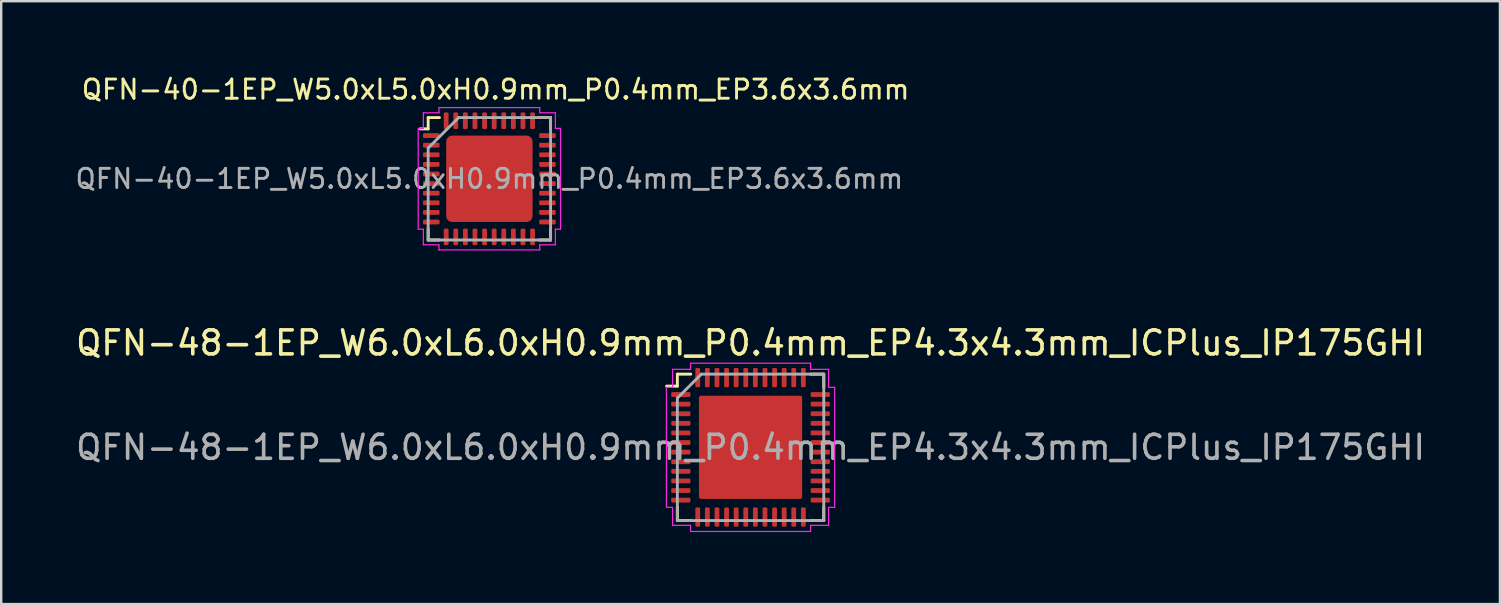
<source format=kicad_pcb>
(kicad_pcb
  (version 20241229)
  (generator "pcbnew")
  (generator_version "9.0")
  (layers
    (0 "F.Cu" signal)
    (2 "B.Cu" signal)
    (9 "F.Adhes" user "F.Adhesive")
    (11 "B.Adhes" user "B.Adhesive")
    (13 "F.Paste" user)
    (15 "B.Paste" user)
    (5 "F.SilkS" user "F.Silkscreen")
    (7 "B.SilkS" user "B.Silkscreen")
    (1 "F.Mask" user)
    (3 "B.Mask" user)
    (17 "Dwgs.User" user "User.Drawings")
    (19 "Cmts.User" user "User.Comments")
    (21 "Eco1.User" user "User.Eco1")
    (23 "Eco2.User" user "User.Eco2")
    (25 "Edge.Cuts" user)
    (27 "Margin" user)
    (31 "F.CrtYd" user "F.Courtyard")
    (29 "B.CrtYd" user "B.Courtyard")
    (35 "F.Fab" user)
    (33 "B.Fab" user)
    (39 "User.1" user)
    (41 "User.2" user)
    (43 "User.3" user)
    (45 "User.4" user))
  (footprint "QFN-48-1EP_W6.0xL6.0xH0.9mm_P0.4mm_EP4.3x4.3mm_ICPlus_IP175GHI"
    (layer "F.Cu")
    (at 28.22 15.587)
    (property "Reference" "QFN-48-1EP_W6.0xL6.0xH0.9mm_P0.4mm_EP4.3x4.3mm_ICPlus_IP175GHI" (at 0 -4.35 0) (layer "F.SilkS") (effects (font (size 1 1) (thickness 0.15))))
    (attr smd)
    (fp_line (start -3.05 -3.05) (end -2.49 -3.05) (stroke (width 0.12) (type solid)) (layer "F.SilkS"))
    (fp_line (start -3.05 -2.55) (end -3.5 -2.55) (stroke (width 0.12) (type solid)) (layer "F.SilkS"))
    (fp_line (start -3.05 -2.55) (end -3.05 -3.05) (stroke (width 0.12) (type solid)) (layer "F.SilkS"))
    (fp_line (start -3.05 2.49) (end -3.05 3.05) (stroke (width 0.12) (type solid)) (layer "F.SilkS"))
    (fp_line (start -3.05 3.05) (end -2.49 3.05) (stroke (width 0.12) (type solid)) (layer "F.SilkS"))
    (fp_line (start 3.05 -3.05) (end 2.49 -3.05) (stroke (width 0.12) (type solid)) (layer "F.SilkS"))
    (fp_line (start 3.05 -2.49) (end 3.05 -3.05) (stroke (width 0.12) (type solid)) (layer "F.SilkS"))
    (fp_line (start 3.05 2.49) (end 3.05 3.05) (stroke (width 0.12) (type solid)) (layer "F.SilkS"))
    (fp_line (start 3.05 3.05) (end 2.49 3.05) (stroke (width 0.12) (type solid)) (layer "F.SilkS"))
    (fp_line (start -3.505 -2.5) (end -3.505 2.5) (stroke (width 0.05) (type solid)) (layer "F.CrtYd"))
    (fp_line (start -3.505 2.5) (end -3.25 2.5) (stroke (width 0.05) (type solid)) (layer "F.CrtYd"))
    (fp_line (start -3.25 -3.25) (end -3.25 -2.51) (stroke (width 0.05) (type solid)) (layer "F.CrtYd"))
    (fp_line (start -3.25 -2.5) (end -3.505 -2.5) (stroke (width 0.05) (type solid)) (layer "F.CrtYd"))
    (fp_line (start -3.25 2.51) (end -3.25 3.25) (stroke (width 0.05) (type solid)) (layer "F.CrtYd"))
    (fp_line (start -3.25 3.25) (end -2.51 3.25) (stroke (width 0.05) (type solid)) (layer "F.CrtYd"))
    (fp_line (start -2.51 -3.25) (end -3.25 -3.25) (stroke (width 0.05) (type solid)) (layer "F.CrtYd"))
    (fp_line (start -2.5 -3.505) (end -2.5 -3.25) (stroke (width 0.05) (type solid)) (layer "F.CrtYd"))
    (fp_line (start -2.5 3.25) (end -2.5 3.505) (stroke (width 0.05) (type solid)) (layer "F.CrtYd"))
    (fp_line (start -2.5 3.505) (end 2.5 3.505) (stroke (width 0.05) (type solid)) (layer "F.CrtYd"))
    (fp_line (start 2.5 -3.505) (end -2.5 -3.505) (stroke (width 0.05) (type solid)) (layer "F.CrtYd"))
    (fp_line (start 2.5 -3.25) (end 2.5 -3.505) (stroke (width 0.05) (type solid)) (layer "F.CrtYd"))
    (fp_line (start 2.5 3.505) (end 2.5 3.25) (stroke (width 0.05) (type solid)) (layer "F.CrtYd"))
    (fp_line (start 2.51 3.25) (end 3.25 3.25) (stroke (width 0.05) (type solid)) (layer "F.CrtYd"))
    (fp_line (start 3.25 -3.25) (end 2.51 -3.25) (stroke (width 0.05) (type solid)) (layer "F.CrtYd"))
    (fp_line (start 3.25 -2.51) (end 3.25 -3.25) (stroke (width 0.05) (type solid)) (layer "F.CrtYd"))
    (fp_line (start 3.25 2.5) (end 3.505 2.5) (stroke (width 0.05) (type solid)) (layer "F.CrtYd"))
    (fp_line (start 3.25 3.25) (end 3.25 2.51) (stroke (width 0.05) (type solid)) (layer "F.CrtYd"))
    (fp_line (start 3.505 -2.5) (end 3.25 -2.5) (stroke (width 0.05) (type solid)) (layer "F.CrtYd"))
    (fp_line (start 3.505 2.5) (end 3.505 -2.5) (stroke (width 0.05) (type solid)) (layer "F.CrtYd"))
    (fp_line (start -3.05 -2.05) (end -2.05 -3.05) (stroke (width 0.12) (type solid)) (layer "F.Fab"))
    (fp_line (start -3.05 3.05) (end -3.05 -2.05) (stroke (width 0.12) (type solid)) (layer "F.Fab"))
    (fp_line (start -2.05 -3.05) (end 3.05 -3.05) (stroke (width 0.12) (type solid)) (layer "F.Fab"))
    (fp_line (start 3.05 -3.05) (end 3.05 3.05) (stroke (width 0.12) (type solid)) (layer "F.Fab"))
    (fp_line (start 3.05 3.05) (end -3.05 3.05) (stroke (width 0.12) (type solid)) (layer "F.Fab"))
    (fp_text user "${REFERENCE}" (at 0 0 0) (layer "F.Fab") (effects (font (size 1 1) (thickness 0.15))))
    (pad "" smd roundrect (at -1.075 -1.075) (size 1.734 1.734) (layers "F.Paste") (roundrect_rratio 0.1))
    (pad "" smd roundrect (at -1.075 1.075) (size 1.734 1.734) (layers "F.Paste") (roundrect_rratio 0.1))
    (pad "" smd roundrect (at 1.075 -1.075) (size 1.734 1.734) (layers "F.Paste") (roundrect_rratio 0.1))
    (pad "" smd roundrect (at 1.075 1.075) (size 1.734 1.734) (layers "F.Paste") (roundrect_rratio 0.1))
    (pad "1" smd roundrect (at -2.905 -2.2) (size 0.8 0.2) (layers "F.Cu" "F.Mask" "F.Paste") (roundrect_rratio 0.25))
    (pad "2" smd roundrect (at -2.905 -1.8) (size 0.8 0.2) (layers "F.Cu" "F.Mask" "F.Paste") (roundrect_rratio 0.25))
    (pad "3" smd roundrect (at -2.905 -1.4) (size 0.8 0.2) (layers "F.Cu" "F.Mask" "F.Paste") (roundrect_rratio 0.25))
    (pad "4" smd roundrect (at -2.905 -1) (size 0.8 0.2) (layers "F.Cu" "F.Mask" "F.Paste") (roundrect_rratio 0.25))
    (pad "5" smd roundrect (at -2.905 -0.6) (size 0.8 0.2) (layers "F.Cu" "F.Mask" "F.Paste") (roundrect_rratio 0.25))
    (pad "6" smd roundrect (at -2.905 -0.2) (size 0.8 0.2) (layers "F.Cu" "F.Mask" "F.Paste") (roundrect_rratio 0.25))
    (pad "7" smd roundrect (at -2.905 0.2) (size 0.8 0.2) (layers "F.Cu" "F.Mask" "F.Paste") (roundrect_rratio 0.25))
    (pad "8" smd roundrect (at -2.905 0.6) (size 0.8 0.2) (layers "F.Cu" "F.Mask" "F.Paste") (roundrect_rratio 0.25))
    (pad "9" smd roundrect (at -2.905 1) (size 0.8 0.2) (layers "F.Cu" "F.Mask" "F.Paste") (roundrect_rratio 0.25))
    (pad "10" smd roundrect (at -2.905 1.4) (size 0.8 0.2) (layers "F.Cu" "F.Mask" "F.Paste") (roundrect_rratio 0.25))
    (pad "11" smd roundrect (at -2.905 1.8) (size 0.8 0.2) (layers "F.Cu" "F.Mask" "F.Paste") (roundrect_rratio 0.25))
    (pad "12" smd roundrect (at -2.905 2.2) (size 0.8 0.2) (layers "F.Cu" "F.Mask" "F.Paste") (roundrect_rratio 0.25))
    (pad "13" smd roundrect (at -2.2 2.905 90) (size 0.8 0.2) (layers "F.Cu" "F.Mask" "F.Paste") (roundrect_rratio 0.25))
    (pad "14" smd roundrect (at -1.8 2.905 90) (size 0.8 0.2) (layers "F.Cu" "F.Mask" "F.Paste") (roundrect_rratio 0.25))
    (pad "15" smd roundrect (at -1.4 2.905 90) (size 0.8 0.2) (layers "F.Cu" "F.Mask" "F.Paste") (roundrect_rratio 0.25))
    (pad "16" smd roundrect (at -1 2.905 90) (size 0.8 0.2) (layers "F.Cu" "F.Mask" "F.Paste") (roundrect_rratio 0.25))
    (pad "17" smd roundrect (at -0.6 2.905 90) (size 0.8 0.2) (layers "F.Cu" "F.Mask" "F.Paste") (roundrect_rratio 0.25))
    (pad "18" smd roundrect (at -0.2 2.905 90) (size 0.8 0.2) (layers "F.Cu" "F.Mask" "F.Paste") (roundrect_rratio 0.25))
    (pad "19" smd roundrect (at 0.2 2.905 90) (size 0.8 0.2) (layers "F.Cu" "F.Mask" "F.Paste") (roundrect_rratio 0.25))
    (pad "20" smd roundrect (at 0.6 2.905 90) (size 0.8 0.2) (layers "F.Cu" "F.Mask" "F.Paste") (roundrect_rratio 0.25))
    (pad "21" smd roundrect (at 1 2.905 90) (size 0.8 0.2) (layers "F.Cu" "F.Mask" "F.Paste") (roundrect_rratio 0.25))
    (pad "22" smd roundrect (at 1.4 2.905 90) (size 0.8 0.2) (layers "F.Cu" "F.Mask" "F.Paste") (roundrect_rratio 0.25))
    (pad "23" smd roundrect (at 1.8 2.905 90) (size 0.8 0.2) (layers "F.Cu" "F.Mask" "F.Paste") (roundrect_rratio 0.25))
    (pad "24" smd roundrect (at 2.2 2.905 90) (size 0.8 0.2) (layers "F.Cu" "F.Mask" "F.Paste") (roundrect_rratio 0.25))
    (pad "25" smd roundrect (at 2.905 2.2) (size 0.8 0.2) (layers "F.Cu" "F.Mask" "F.Paste") (roundrect_rratio 0.25))
    (pad "26" smd roundrect (at 2.905 1.8) (size 0.8 0.2) (layers "F.Cu" "F.Mask" "F.Paste") (roundrect_rratio 0.25))
    (pad "27" smd roundrect (at 2.905 1.4) (size 0.8 0.2) (layers "F.Cu" "F.Mask" "F.Paste") (roundrect_rratio 0.25))
    (pad "28" smd roundrect (at 2.905 1) (size 0.8 0.2) (layers "F.Cu" "F.Mask" "F.Paste") (roundrect_rratio 0.25))
    (pad "29" smd roundrect (at 2.905 0.6) (size 0.8 0.2) (layers "F.Cu" "F.Mask" "F.Paste") (roundrect_rratio 0.25))
    (pad "30" smd roundrect (at 2.905 0.2) (size 0.8 0.2) (layers "F.Cu" "F.Mask" "F.Paste") (roundrect_rratio 0.25))
    (pad "31" smd roundrect (at 2.905 -0.2) (size 0.8 0.2) (layers "F.Cu" "F.Mask" "F.Paste") (roundrect_rratio 0.25))
    (pad "32" smd roundrect (at 2.905 -0.6) (size 0.8 0.2) (layers "F.Cu" "F.Mask" "F.Paste") (roundrect_rratio 0.25))
    (pad "33" smd roundrect (at 2.905 -1) (size 0.8 0.2) (layers "F.Cu" "F.Mask" "F.Paste") (roundrect_rratio 0.25))
    (pad "34" smd roundrect (at 2.905 -1.4) (size 0.8 0.2) (layers "F.Cu" "F.Mask" "F.Paste") (roundrect_rratio 0.25))
    (pad "35" smd roundrect (at 2.905 -1.8) (size 0.8 0.2) (layers "F.Cu" "F.Mask" "F.Paste") (roundrect_rratio 0.25))
    (pad "36" smd roundrect (at 2.905 -2.2) (size 0.8 0.2) (layers "F.Cu" "F.Mask" "F.Paste") (roundrect_rratio 0.25))
    (pad "37" smd roundrect (at 2.2 -2.905 90) (size 0.8 0.2) (layers "F.Cu" "F.Mask" "F.Paste") (roundrect_rratio 0.25))
    (pad "38" smd roundrect (at 1.8 -2.905 90) (size 0.8 0.2) (layers "F.Cu" "F.Mask" "F.Paste") (roundrect_rratio 0.25))
    (pad "39" smd roundrect (at 1.4 -2.905 90) (size 0.8 0.2) (layers "F.Cu" "F.Mask" "F.Paste") (roundrect_rratio 0.25))
    (pad "40" smd roundrect (at 1 -2.905 90) (size 0.8 0.2) (layers "F.Cu" "F.Mask" "F.Paste") (roundrect_rratio 0.25))
    (pad "41" smd roundrect (at 0.6 -2.905 90) (size 0.8 0.2) (layers "F.Cu" "F.Mask" "F.Paste") (roundrect_rratio 0.25))
    (pad "42" smd roundrect (at 0.2 -2.905 90) (size 0.8 0.2) (layers "F.Cu" "F.Mask" "F.Paste") (roundrect_rratio 0.25))
    (pad "43" smd roundrect (at -0.2 -2.905 90) (size 0.8 0.2) (layers "F.Cu" "F.Mask" "F.Paste") (roundrect_rratio 0.25))
    (pad "44" smd roundrect (at -0.6 -2.905 90) (size 0.8 0.2) (layers "F.Cu" "F.Mask" "F.Paste") (roundrect_rratio 0.25))
    (pad "45" smd roundrect (at -1 -2.905 90) (size 0.8 0.2) (layers "F.Cu" "F.Mask" "F.Paste") (roundrect_rratio 0.25))
    (pad "46" smd roundrect (at -1.4 -2.905 90) (size 0.8 0.2) (layers "F.Cu" "F.Mask" "F.Paste") (roundrect_rratio 0.25))
    (pad "47" smd roundrect (at -1.8 -2.905 90) (size 0.8 0.2) (layers "F.Cu" "F.Mask" "F.Paste") (roundrect_rratio 0.25))
    (pad "48" smd roundrect (at -2.2 -2.905 90) (size 0.8 0.2) (layers "F.Cu" "F.Mask" "F.Paste") (roundrect_rratio 0.25))
    (pad "49" smd roundrect (at 0 0) (size 4.3 4.3) (property pad_prop_heatsink) (layers "F.Cu" "F.Mask") (roundrect_rratio 0.02)))
  (footprint "QFN-40-1EP_W5.0xL5.0xH0.9mm_P0.4mm_EP3.6x3.6mm"
    (layer "F.Cu")
    (at 17.338 4.399)
    (property "Reference" "QFN-40-1EP_W5.0xL5.0xH0.9mm_P0.4mm_EP3.6x3.6mm" (at 0.26 -3.72 0) (layer "F.SilkS") (effects (font (size 0.8 0.8) (thickness 0.12))))
    (attr smd)
    (fp_line (start -2.55 -2.55) (end -2.08 -2.55) (stroke (width 0.12) (type solid)) (layer "F.SilkS"))
    (fp_line (start -2.55 -2.08) (end -2.88 -2.08) (stroke (width 0.12) (type solid)) (layer "F.SilkS"))
    (fp_line (start -2.55 -2.08) (end -2.55 -2.55) (stroke (width 0.12) (type solid)) (layer "F.SilkS"))
    (fp_line (start -2.55 2.08) (end -2.55 2.55) (stroke (width 0.12) (type solid)) (layer "F.SilkS"))
    (fp_line (start -2.55 2.55) (end -2.08 2.55) (stroke (width 0.12) (type solid)) (layer "F.SilkS"))
    (fp_line (start 2.55 -2.55) (end 2.08 -2.55) (stroke (width 0.12) (type solid)) (layer "F.SilkS"))
    (fp_line (start 2.55 -2.08) (end 2.55 -2.55) (stroke (width 0.12) (type solid)) (layer "F.SilkS"))
    (fp_line (start 2.55 2.08) (end 2.55 2.55) (stroke (width 0.12) (type solid)) (layer "F.SilkS"))
    (fp_line (start 2.55 2.55) (end 2.08 2.55) (stroke (width 0.12) (type solid)) (layer "F.SilkS"))
    (fp_line (start -2.965 -2.1) (end -2.965 2.1) (stroke (width 0.05) (type solid)) (layer "F.CrtYd"))
    (fp_line (start -2.965 2.1) (end -2.75 2.1) (stroke (width 0.05) (type solid)) (layer "F.CrtYd"))
    (fp_line (start -2.75 -2.75) (end -2.75 -2.1) (stroke (width 0.05) (type solid)) (layer "F.CrtYd"))
    (fp_line (start -2.75 -2.1) (end -2.965 -2.1) (stroke (width 0.05) (type solid)) (layer "F.CrtYd"))
    (fp_line (start -2.75 2.1) (end -2.75 2.75) (stroke (width 0.05) (type solid)) (layer "F.CrtYd"))
    (fp_line (start -2.75 2.75) (end -2.1 2.75) (stroke (width 0.05) (type solid)) (layer "F.CrtYd"))
    (fp_line (start -2.1 -2.965) (end -2.1 -2.75) (stroke (width 0.05) (type solid)) (layer "F.CrtYd"))
    (fp_line (start -2.1 -2.75) (end -2.75 -2.75) (stroke (width 0.05) (type solid)) (layer "F.CrtYd"))
    (fp_line (start -2.1 2.75) (end -2.1 2.965) (stroke (width 0.05) (type solid)) (layer "F.CrtYd"))
    (fp_line (start -2.1 2.965) (end 2.1 2.965) (stroke (width 0.05) (type solid)) (layer "F.CrtYd"))
    (fp_line (start 2.1 -2.965) (end -2.1 -2.965) (stroke (width 0.05) (type solid)) (layer "F.CrtYd"))
    (fp_line (start 2.1 -2.75) (end 2.1 -2.965) (stroke (width 0.05) (type solid)) (layer "F.CrtYd"))
    (fp_line (start 2.1 2.75) (end 2.75 2.75) (stroke (width 0.05) (type solid)) (layer "F.CrtYd"))
    (fp_line (start 2.1 2.965) (end 2.1 2.75) (stroke (width 0.05) (type solid)) (layer "F.CrtYd"))
    (fp_line (start 2.75 -2.75) (end 2.1 -2.75) (stroke (width 0.05) (type solid)) (layer "F.CrtYd"))
    (fp_line (start 2.75 -2.1) (end 2.75 -2.75) (stroke (width 0.05) (type solid)) (layer "F.CrtYd"))
    (fp_line (start 2.75 2.1) (end 2.965 2.1) (stroke (width 0.05) (type solid)) (layer "F.CrtYd"))
    (fp_line (start 2.75 2.75) (end 2.75 2.1) (stroke (width 0.05) (type solid)) (layer "F.CrtYd"))
    (fp_line (start 2.965 -2.1) (end 2.75 -2.1) (stroke (width 0.05) (type solid)) (layer "F.CrtYd"))
    (fp_line (start 2.965 2.1) (end 2.965 -2.1) (stroke (width 0.05) (type solid)) (layer "F.CrtYd"))
    (fp_line (start -2.55 -1.28) (end -1.28 -2.55) (stroke (width 0.12) (type solid)) (layer "F.Fab"))
    (fp_line (start -2.55 2.55) (end -2.55 -1.28) (stroke (width 0.12) (type solid)) (layer "F.Fab"))
    (fp_line (start -1.28 -2.55) (end 2.55 -2.55) (stroke (width 0.12) (type solid)) (layer "F.Fab"))
    (fp_line (start 2.55 -2.55) (end 2.55 2.55) (stroke (width 0.12) (type solid)) (layer "F.Fab"))
    (fp_line (start 2.55 2.55) (end -2.55 2.55) (stroke (width 0.12) (type solid)) (layer "F.Fab"))
    (fp_text user "${REFERENCE}" (at 0 0 0) (layer "F.Fab") (effects (font (size 0.8 0.8) (thickness 0.12))))
    (pad "" smd roundrect (at -0.9 -0.9) (size 1.27 1.27) (layers "F.Paste") (roundrect_rratio 0.25))
    (pad "" smd roundrect (at -0.9 0.9) (size 1.27 1.27) (layers "F.Paste") (roundrect_rratio 0.25))
    (pad "" smd roundrect (at 0.9 -0.9) (size 1.27 1.27) (layers "F.Paste") (roundrect_rratio 0.25))
    (pad "" smd roundrect (at 0.9 0.9) (size 1.27 1.27) (layers "F.Paste") (roundrect_rratio 0.25))
    (pad "1" smd roundrect (at -2.42 -1.8) (size 0.69 0.2) (layers "F.Cu" "F.Mask" "F.Paste") (roundrect_rratio 0.25))
    (pad "2" smd roundrect (at -2.42 -1.4) (size 0.69 0.2) (layers "F.Cu" "F.Mask" "F.Paste") (roundrect_rratio 0.25))
    (pad "3" smd roundrect (at -2.42 -1) (size 0.69 0.2) (layers "F.Cu" "F.Mask" "F.Paste") (roundrect_rratio 0.25))
    (pad "4" smd roundrect (at -2.42 -0.6) (size 0.69 0.2) (layers "F.Cu" "F.Mask" "F.Paste") (roundrect_rratio 0.25))
    (pad "5" smd roundrect (at -2.42 -0.2) (size 0.69 0.2) (layers "F.Cu" "F.Mask" "F.Paste") (roundrect_rratio 0.25))
    (pad "6" smd roundrect (at -2.42 0.2) (size 0.69 0.2) (layers "F.Cu" "F.Mask" "F.Paste") (roundrect_rratio 0.25))
    (pad "7" smd roundrect (at -2.42 0.6) (size 0.69 0.2) (layers "F.Cu" "F.Mask" "F.Paste") (roundrect_rratio 0.25))
    (pad "8" smd roundrect (at -2.42 1) (size 0.69 0.2) (layers "F.Cu" "F.Mask" "F.Paste") (roundrect_rratio 0.25))
    (pad "9" smd roundrect (at -2.42 1.4) (size 0.69 0.2) (layers "F.Cu" "F.Mask" "F.Paste") (roundrect_rratio 0.25))
    (pad "10" smd roundrect (at -2.42 1.8) (size 0.69 0.2) (layers "F.Cu" "F.Mask" "F.Paste") (roundrect_rratio 0.25))
    (pad "11" smd roundrect (at -1.8 2.42 90) (size 0.69 0.2) (layers "F.Cu" "F.Mask" "F.Paste") (roundrect_rratio 0.25))
    (pad "12" smd roundrect (at -1.4 2.42 90) (size 0.69 0.2) (layers "F.Cu" "F.Mask" "F.Paste") (roundrect_rratio 0.25))
    (pad "13" smd roundrect (at -1 2.42 90) (size 0.69 0.2) (layers "F.Cu" "F.Mask" "F.Paste") (roundrect_rratio 0.25))
    (pad "14" smd roundrect (at -0.6 2.42 90) (size 0.69 0.2) (layers "F.Cu" "F.Mask" "F.Paste") (roundrect_rratio 0.25))
    (pad "15" smd roundrect (at -0.2 2.42 90) (size 0.69 0.2) (layers "F.Cu" "F.Mask" "F.Paste") (roundrect_rratio 0.25))
    (pad "16" smd roundrect (at 0.2 2.42 90) (size 0.69 0.2) (layers "F.Cu" "F.Mask" "F.Paste") (roundrect_rratio 0.25))
    (pad "17" smd roundrect (at 0.6 2.42 90) (size 0.69 0.2) (layers "F.Cu" "F.Mask" "F.Paste") (roundrect_rratio 0.25))
    (pad "18" smd roundrect (at 1 2.42 90) (size 0.69 0.2) (layers "F.Cu" "F.Mask" "F.Paste") (roundrect_rratio 0.25))
    (pad "19" smd roundrect (at 1.4 2.42 90) (size 0.69 0.2) (layers "F.Cu" "F.Mask" "F.Paste") (roundrect_rratio 0.25))
    (pad "20" smd roundrect (at 1.8 2.42 90) (size 0.69 0.2) (layers "F.Cu" "F.Mask" "F.Paste") (roundrect_rratio 0.25))
    (pad "21" smd roundrect (at 2.42 1.8) (size 0.69 0.2) (layers "F.Cu" "F.Mask" "F.Paste") (roundrect_rratio 0.25))
    (pad "22" smd roundrect (at 2.42 1.4) (size 0.69 0.2) (layers "F.Cu" "F.Mask" "F.Paste") (roundrect_rratio 0.25))
    (pad "23" smd roundrect (at 2.42 1) (size 0.69 0.2) (layers "F.Cu" "F.Mask" "F.Paste") (roundrect_rratio 0.25))
    (pad "24" smd roundrect (at 2.42 0.6) (size 0.69 0.2) (layers "F.Cu" "F.Mask" "F.Paste") (roundrect_rratio 0.25))
    (pad "25" smd roundrect (at 2.42 0.2) (size 0.69 0.2) (layers "F.Cu" "F.Mask" "F.Paste") (roundrect_rratio 0.25))
    (pad "26" smd roundrect (at 2.42 -0.2) (size 0.69 0.2) (layers "F.Cu" "F.Mask" "F.Paste") (roundrect_rratio 0.25))
    (pad "27" smd roundrect (at 2.42 -0.6) (size 0.69 0.2) (layers "F.Cu" "F.Mask" "F.Paste") (roundrect_rratio 0.25))
    (pad "28" smd roundrect (at 2.42 -1) (size 0.69 0.2) (layers "F.Cu" "F.Mask" "F.Paste") (roundrect_rratio 0.25))
    (pad "29" smd roundrect (at 2.42 -1.4) (size 0.69 0.2) (layers "F.Cu" "F.Mask" "F.Paste") (roundrect_rratio 0.25))
    (pad "30" smd roundrect (at 2.42 -1.8) (size 0.69 0.2) (layers "F.Cu" "F.Mask" "F.Paste") (roundrect_rratio 0.25))
    (pad "31" smd roundrect (at 1.8 -2.42 90) (size 0.69 0.2) (layers "F.Cu" "F.Mask" "F.Paste") (roundrect_rratio 0.25))
    (pad "32" smd roundrect (at 1.4 -2.42 90) (size 0.69 0.2) (layers "F.Cu" "F.Mask" "F.Paste") (roundrect_rratio 0.25))
    (pad "33" smd roundrect (at 1 -2.42 90) (size 0.69 0.2) (layers "F.Cu" "F.Mask" "F.Paste") (roundrect_rratio 0.25))
    (pad "34" smd roundrect (at 0.6 -2.42 90) (size 0.69 0.2) (layers "F.Cu" "F.Mask" "F.Paste") (roundrect_rratio 0.25))
    (pad "35" smd roundrect (at 0.2 -2.42 90) (size 0.69 0.2) (layers "F.Cu" "F.Mask" "F.Paste") (roundrect_rratio 0.25))
    (pad "36" smd roundrect (at -0.2 -2.42 90) (size 0.69 0.2) (layers "F.Cu" "F.Mask" "F.Paste") (roundrect_rratio 0.25))
    (pad "37" smd roundrect (at -0.6 -2.42 90) (size 0.69 0.2) (layers "F.Cu" "F.Mask" "F.Paste") (roundrect_rratio 0.25))
    (pad "38" smd roundrect (at -1 -2.42 90) (size 0.69 0.2) (layers "F.Cu" "F.Mask" "F.Paste") (roundrect_rratio 0.25))
    (pad "39" smd roundrect (at -1.4 -2.42 90) (size 0.69 0.2) (layers "F.Cu" "F.Mask" "F.Paste") (roundrect_rratio 0.25))
    (pad "40" smd roundrect (at -1.8 -2.42 90) (size 0.69 0.2) (layers "F.Cu" "F.Mask" "F.Paste") (roundrect_rratio 0.25))
    (pad "41" smd roundrect (at 0 0) (size 3.6 3.6) (property pad_prop_heatsink) (layers "F.Cu" "F.Mask") (roundrect_rratio 0.069)))
  (gr_rect
    (start -3 -3)
    (end 59.44 22.117)
    (stroke (width 0.1) (type default))
    (fill no)
    (layer "Edge.Cuts")))
</source>
